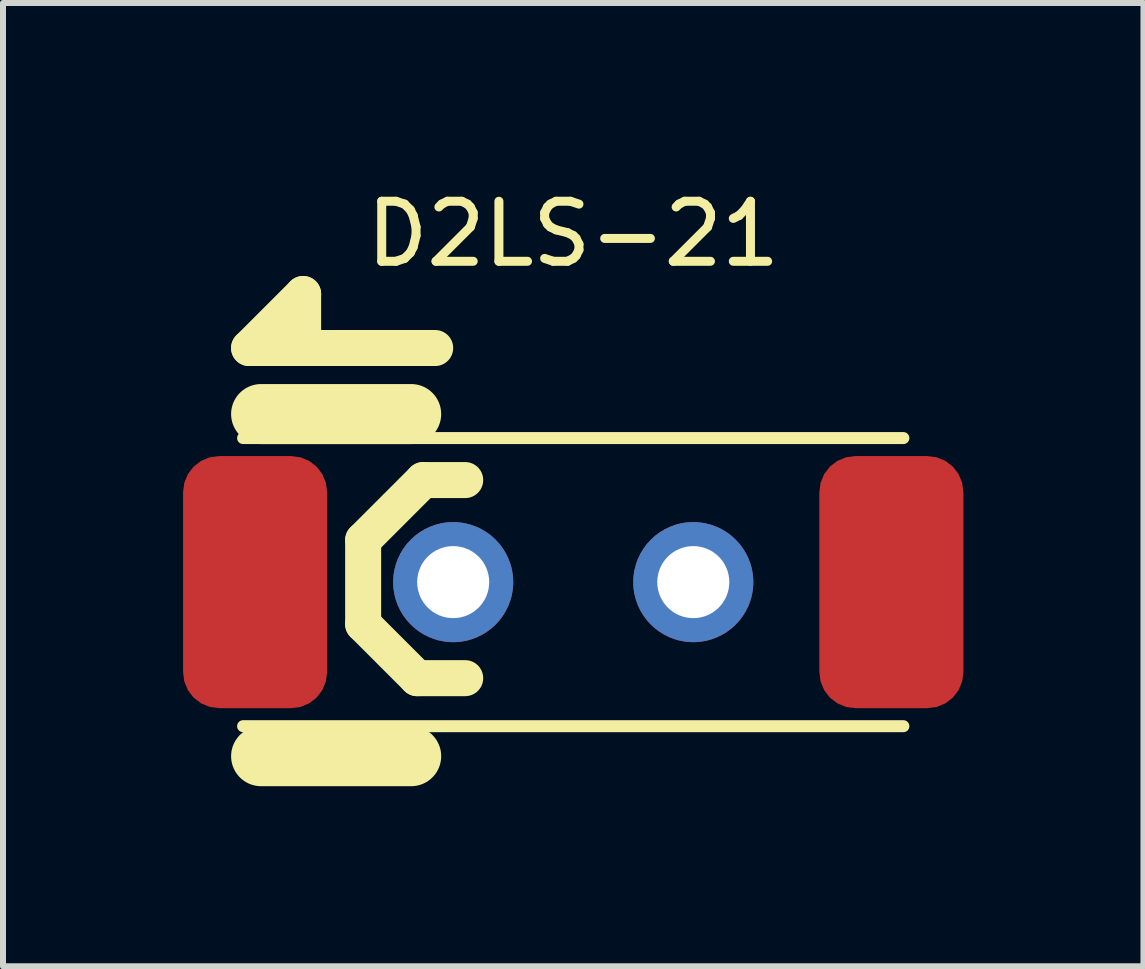
<source format=kicad_pcb>
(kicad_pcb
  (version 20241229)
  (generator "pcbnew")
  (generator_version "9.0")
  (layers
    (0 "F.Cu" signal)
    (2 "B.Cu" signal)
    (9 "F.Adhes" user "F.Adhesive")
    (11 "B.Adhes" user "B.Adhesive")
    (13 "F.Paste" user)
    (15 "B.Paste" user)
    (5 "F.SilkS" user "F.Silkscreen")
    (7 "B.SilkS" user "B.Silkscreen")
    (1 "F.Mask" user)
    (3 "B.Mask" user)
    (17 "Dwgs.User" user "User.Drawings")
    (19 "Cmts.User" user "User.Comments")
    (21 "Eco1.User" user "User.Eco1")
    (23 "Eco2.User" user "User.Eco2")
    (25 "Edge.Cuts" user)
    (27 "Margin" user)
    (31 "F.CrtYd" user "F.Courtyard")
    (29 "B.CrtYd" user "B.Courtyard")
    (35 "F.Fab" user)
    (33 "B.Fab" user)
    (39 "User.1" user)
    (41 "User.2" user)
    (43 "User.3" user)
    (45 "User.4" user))
  (footprint "D2LS-21"
    (layer "F.Cu")
    (at 6.5 6.648)
    (property "Reference" "D2LS-21" (at 0.000005 -5.8 0) (unlocked yes) (layer "F.SilkS") (effects (font (size 1 1) (thickness 0.15))))
    (fp_line (start -5.5 -2.4) (end 5.5 -2.4) (stroke (width 0.2) (type solid)) (layer "F.SilkS"))
    (fp_line (start -5.5 2.4) (end 5.5 2.4) (stroke (width 0.2) (type solid)) (layer "F.SilkS"))
    (fp_line (start -5.4 -3.9) (end -4.5 -4.8) (stroke (width 0.6) (type solid)) (layer "F.SilkS"))
    (fp_line (start -5.4 -3.9) (end -2.3 -3.9) (stroke (width 0.6) (type solid)) (layer "F.SilkS"))
    (fp_line (start -5.2 -2.8) (end -2.7 -2.8) (stroke (width 1) (type solid)) (layer "F.SilkS"))
    (fp_line (start -5.2 2.9) (end -2.7 2.9) (stroke (width 1) (type solid)) (layer "F.SilkS"))
    (fp_line (start -4.5 -3.9) (end -4.5 -4.8) (stroke (width 0.6) (type solid)) (layer "F.SilkS"))
    (fp_line (start -3.5 -0.7) (end -2.5 -1.7) (stroke (width 0.6) (type solid)) (layer "F.SilkS"))
    (fp_line (start -3.5 0.7) (end -3.5 -0.7) (stroke (width 0.6) (type solid)) (layer "F.SilkS"))
    (fp_line (start -3.5 0.7) (end -2.6 1.6) (stroke (width 0.6) (type solid)) (layer "F.SilkS"))
    (fp_line (start -2.6 1.6) (end -1.8 1.6) (stroke (width 0.6) (type solid)) (layer "F.SilkS"))
    (fp_line (start -2.5 -1.7) (end -1.8 -1.7) (stroke (width 0.6) (type solid)) (layer "F.SilkS"))
    (fp_line (start -5.9 -2.8) (end 5.9 -2.8) (stroke (width 0.1) (type solid)) (layer "Eco2.User"))
    (fp_line (start -5.9 2.8) (end -5.9 -2.8) (stroke (width 0.1) (type solid)) (layer "Eco2.User"))
    (fp_line (start -5.9 2.8) (end 5.9 2.8) (stroke (width 0.1) (type solid)) (layer "Eco2.User"))
    (fp_line (start -5.7 -2.6) (end 5.7 -2.6) (stroke (width 0.1) (type solid)) (layer "Eco2.User"))
    (fp_line (start -5.7 2.6) (end -5.7 -2.6) (stroke (width 0.1) (type solid)) (layer "Eco2.User"))
    (fp_line (start -5.7 2.6) (end 5.7 2.6) (stroke (width 0.1) (type solid)) (layer "Eco2.User"))
    (fp_line (start 5.7 2.6) (end 5.7 -2.6) (stroke (width 0.1) (type solid)) (layer "Eco2.User"))
    (fp_line (start 5.9 2.8) (end 5.9 -2.8) (stroke (width 0.1) (type solid)) (layer "Eco2.User"))
    (fp_text user "${REFERENCE}" (at -5 0.3 0) (unlocked yes) (layer "Eco2.User") (effects (font (face "Avenir LT 45 Book") (size 0.55 0.55) (thickness 0.254)) (justify left bottom)))
    (pad "" thru_hole circle (at -2 0) (size 2 2) (drill 1.2) (layers "*.Cu" "*.Mask"))
    (pad "" thru_hole circle (at 2 0) (size 2 2) (drill 1.2) (layers "*.Cu" "*.Mask"))
    (pad "1" smd roundrect (at -5.3 0 180) (size 2.4 4.2) (layers "F.Cu" "F.Mask" "F.Paste") (roundrect_rratio 0.25))
    (pad "2" smd roundrect (at 5.3 0 180) (size 2.4 4.2) (layers "F.Cu" "F.Mask" "F.Paste") (roundrect_rratio 0.25)))
  (gr_rect
    (start -3 -3)
    (end 16 13.048)
    (stroke (width 0.1) (type default))
    (fill no)
    (layer "Edge.Cuts")))
</source>
